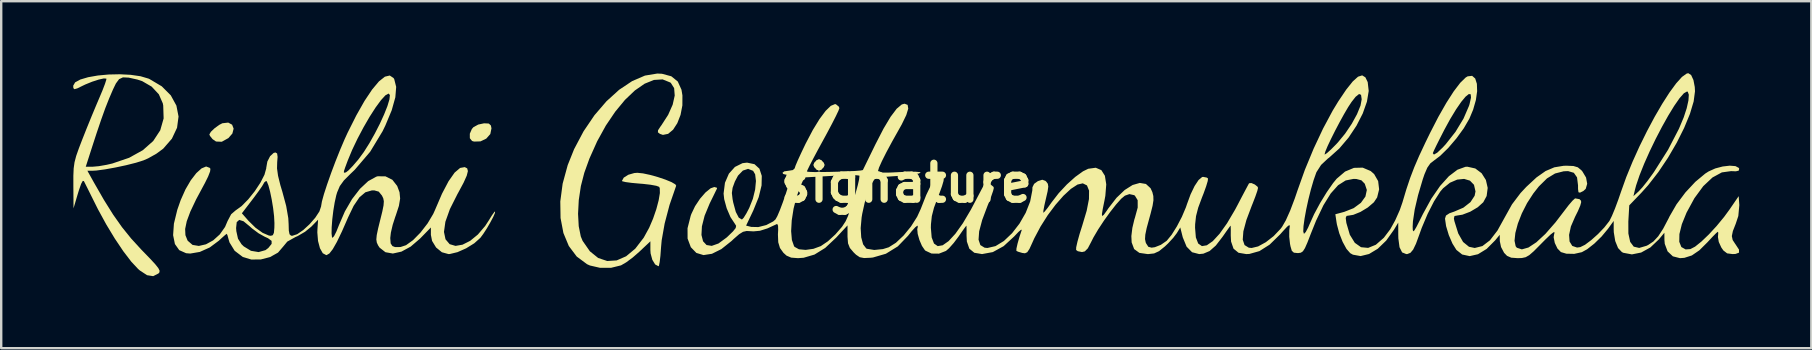
<source format=kicad_pcb>
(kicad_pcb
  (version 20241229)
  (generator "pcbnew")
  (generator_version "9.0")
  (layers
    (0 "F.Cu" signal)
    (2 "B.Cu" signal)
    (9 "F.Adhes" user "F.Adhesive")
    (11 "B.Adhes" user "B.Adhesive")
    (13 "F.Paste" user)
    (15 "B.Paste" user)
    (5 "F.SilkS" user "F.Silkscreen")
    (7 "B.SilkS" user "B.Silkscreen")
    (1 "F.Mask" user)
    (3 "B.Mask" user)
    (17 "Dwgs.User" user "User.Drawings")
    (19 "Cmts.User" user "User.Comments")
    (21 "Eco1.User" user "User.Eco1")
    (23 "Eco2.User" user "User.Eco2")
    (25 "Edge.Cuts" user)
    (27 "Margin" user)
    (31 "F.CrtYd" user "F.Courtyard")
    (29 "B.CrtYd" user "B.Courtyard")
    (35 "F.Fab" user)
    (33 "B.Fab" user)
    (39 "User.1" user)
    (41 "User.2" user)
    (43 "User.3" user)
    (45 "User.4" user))
  (footprint "signature"
    (layer "F.Cu")
    (at 34.713 4.572)
    (property "Reference" "signature" (at 0 0 0) (layer "F.SilkS") (effects (font (size 1.5 1.5) (thickness 0.3))))
    (attr board_only exclude_from_pos_files exclude_from_bom)
    (fp_poly (pts (xy -28.093 -2.427) (xy -28.03 -2.262) (xy -28.082 -2.059) (xy -28.248 -1.869) (xy -28.524 -1.716) (xy -28.763 -1.726) (xy -28.908 -1.826) (xy -29.014 -1.958) (xy -29.041 -2.023) (xy -28.977 -2.132) (xy -28.824 -2.278) (xy -28.638 -2.415) (xy -28.5 -2.487) (xy -28.255 -2.515)) (stroke (width 0) (type solid)) (fill yes) (layer "F.SilkS"))
    (fp_poly (pts (xy -17.399 -2.475) (xy -17.313 -2.396) (xy -17.288 -2.275) (xy -17.336 -2.039) (xy -17.505 -1.847) (xy -17.746 -1.732) (xy -18.013 -1.724) (xy -18.098 -1.749) (xy -18.189 -1.864) (xy -18.19 -2.052) (xy -18.106 -2.247) (xy -18.04 -2.323) (xy -17.839 -2.433) (xy -17.595 -2.485)) (stroke (width 0) (type solid)) (fill yes) (layer "F.SilkS"))
    (fp_poly (pts (xy -10.186 -4.549) (xy -9.796 -4.444) (xy -9.527 -4.226) (xy -9.372 -3.884) (xy -9.333 -3.648) (xy -9.335 -3.231) (xy -9.411 -2.836) (xy -9.546 -2.49) (xy -9.723 -2.217) (xy -9.929 -2.046) (xy -10.146 -2.002) (xy -10.269 -2.044) (xy -10.354 -2.109) (xy -10.349 -2.195) (xy -10.246 -2.353) (xy -10.213 -2.396) (xy -9.927 -2.839) (xy -9.739 -3.262) (xy -9.654 -3.64) (xy -9.678 -3.95) (xy -9.815 -4.167) (xy -9.84 -4.186) (xy -10.158 -4.314) (xy -10.518 -4.292) (xy -10.907 -4.135) (xy -11.314 -3.853) (xy -11.727 -3.46) (xy -12.134 -2.967) (xy -12.525 -2.388) (xy -12.886 -1.733) (xy -13.207 -1.016) (xy -13.421 -0.423) (xy -13.564 0.131) (xy -13.651 0.714) (xy -13.681 1.285) (xy -13.653 1.804) (xy -13.567 2.229) (xy -13.491 2.413) (xy -13.188 2.847) (xy -12.842 3.126) (xy -12.465 3.252) (xy -12.072 3.227) (xy -11.679 3.055) (xy -11.298 2.738) (xy -10.945 2.279) (xy -10.718 1.866) (xy -10.555 1.484) (xy -10.42 1.092) (xy -10.323 0.725) (xy -10.272 0.421) (xy -10.277 0.216) (xy -10.303 0.162) (xy -10.421 0.118) (xy -10.663 0.074) (xy -10.986 0.037) (xy -11.12 0.027) (xy -11.448 -0.003) (xy -11.701 -0.037) (xy -11.839 -0.071) (xy -11.853 -0.084) (xy -11.778 -0.221) (xy -11.588 -0.341) (xy -11.338 -0.413) (xy -11.212 -0.423) (xy -10.976 -0.399) (xy -10.676 -0.335) (xy -10.352 -0.244) (xy -10.043 -0.14) (xy -9.788 -0.035) (xy -9.628 0.058) (xy -9.593 0.115) (xy -9.869 0.915) (xy -10.073 1.688) (xy -10.197 2.388) (xy -10.224 2.688) (xy -10.249 3.029) (xy -10.28 3.294) (xy -10.312 3.448) (xy -10.328 3.471) (xy -10.469 3.395) (xy -10.588 3.199) (xy -10.659 2.934) (xy -10.668 2.796) (xy -10.668 2.431) (xy -11.133 2.87) (xy -11.405 3.107) (xy -11.676 3.308) (xy -11.888 3.431) (xy -11.892 3.433) (xy -12.306 3.535) (xy -12.763 3.536) (xy -13.185 3.439) (xy -13.306 3.385) (xy -13.737 3.065) (xy -14.066 2.627) (xy -14.291 2.086) (xy -14.41 1.461) (xy -14.421 0.77) (xy -14.323 0.029) (xy -14.112 -0.743) (xy -13.846 -1.407) (xy -13.451 -2.153) (xy -12.996 -2.823) (xy -12.496 -3.404) (xy -11.969 -3.882) (xy -11.429 -4.242) (xy -10.894 -4.473) (xy -10.379 -4.558)) (stroke (width 0) (type solid)) (fill yes) (layer "F.SilkS"))
    (fp_poly (pts (xy -32.32 -4.505) (xy -31.91 -4.446) (xy -31.574 -4.347) (xy -31.538 -4.331) (xy -31.024 -4.026) (xy -30.648 -3.65) (xy -30.414 -3.223) (xy -30.325 -2.767) (xy -30.387 -2.3) (xy -30.602 -1.844) (xy -30.964 -1.428) (xy -31.246 -1.22) (xy -31.592 -1.025) (xy -31.785 -0.941) (xy -32.1 -0.842) (xy -32.508 -0.739) (xy -32.955 -0.644) (xy -33.386 -0.566) (xy -33.747 -0.518) (xy -33.921 -0.508) (xy -34.122 -0.508) (xy -33.851 -0.021) (xy -33.431 0.71) (xy -33.049 1.32) (xy -32.68 1.843) (xy -32.3 2.314) (xy -31.884 2.768) (xy -31.835 2.819) (xy -31.511 3.153) (xy -31.293 3.389) (xy -31.166 3.55) (xy -31.114 3.655) (xy -31.123 3.727) (xy -31.161 3.771) (xy -31.381 3.883) (xy -31.636 3.843) (xy -31.936 3.647) (xy -32.007 3.586) (xy -32.294 3.279) (xy -32.625 2.846) (xy -32.981 2.316) (xy -33.34 1.722) (xy -33.684 1.092) (xy -33.788 0.884) (xy -33.967 0.525) (xy -34.116 0.225) (xy -34.222 0.014) (xy -34.268 -0.077) (xy -34.269 -0.078) (xy -34.316 -0.085) (xy -34.382 0.036) (xy -34.474 0.299) (xy -34.541 0.519) (xy -34.7 1.058) (xy -34.707 0.11) (xy -34.707 -0.299) (xy -34.694 -0.605) (xy -34.684 -0.677) (xy -34.19 -0.677) (xy -33.892 -0.677) (xy -33.645 -0.699) (xy -33.32 -0.756) (xy -33.081 -0.811) (xy -32.383 -1.049) (xy -31.813 -1.365) (xy -31.379 -1.749) (xy -31.087 -2.194) (xy -30.946 -2.689) (xy -30.963 -3.226) (xy -30.98 -3.315) (xy -31.146 -3.693) (xy -31.445 -4.013) (xy -31.842 -4.243) (xy -32.045 -4.309) (xy -32.402 -4.388) (xy -32.64 -4.399) (xy -32.804 -4.323) (xy -32.936 -4.142) (xy -33.055 -3.896) (xy -33.217 -3.519) (xy -33.377 -3.114) (xy -33.546 -2.643) (xy -33.739 -2.073) (xy -33.911 -1.545) (xy -34.19 -0.677) (xy -34.684 -0.677) (xy -34.658 -0.863) (xy -34.589 -1.126) (xy -34.475 -1.449) (xy -34.342 -1.795) (xy -34.153 -2.272) (xy -33.943 -2.788) (xy -33.742 -3.269) (xy -33.631 -3.529) (xy -33.492 -3.86) (xy -33.389 -4.129) (xy -33.334 -4.302) (xy -33.331 -4.347) (xy -33.439 -4.354) (xy -33.654 -4.306) (xy -33.924 -4.218) (xy -34.203 -4.105) (xy -34.308 -4.055) (xy -34.541 -3.941) (xy -34.662 -3.906) (xy -34.707 -3.951) (xy -34.713 -4.051) (xy -34.634 -4.19) (xy -34.417 -4.309) (xy -34.092 -4.405) (xy -33.689 -4.476) (xy -33.24 -4.518) (xy -32.773 -4.528)) (stroke (width 0) (type solid)) (fill yes) (layer "F.SilkS"))
    (fp_poly (pts (xy -21.368 -4.371) (xy -21.339 -4.324) (xy -21.258 -4.002) (xy -21.293 -3.568) (xy -21.444 -3.029) (xy -21.709 -2.393) (xy -21.826 -2.152) (xy -22.342 -1.3) (xy -22.981 -0.552) (xy -23.165 -0.376) (xy -23.436 -0.105) (xy -23.607 0.131) (xy -23.718 0.393) (xy -23.754 0.513) (xy -23.82 0.811) (xy -23.877 1.158) (xy -23.92 1.515) (xy -23.945 1.844) (xy -23.95 2.105) (xy -23.932 2.26) (xy -23.909 2.286) (xy -23.844 2.213) (xy -23.747 2.02) (xy -23.642 1.757) (xy -23.395 1.186) (xy -23.097 0.673) (xy -22.766 0.244) (xy -22.424 -0.076) (xy -22.09 -0.26) (xy -22.029 -0.278) (xy -21.706 -0.276) (xy -21.417 -0.132) (xy -21.216 0.125) (xy -21.118 0.388) (xy -21.093 0.649) (xy -21.144 0.954) (xy -21.274 1.353) (xy -21.294 1.405) (xy -21.403 1.743) (xy -21.479 2.069) (xy -21.505 2.294) (xy -21.488 2.518) (xy -21.415 2.629) (xy -21.303 2.672) (xy -21.077 2.669) (xy -20.848 2.593) (xy -20.556 2.383) (xy -20.243 2.064) (xy -19.949 1.684) (xy -19.715 1.291) (xy -19.64 1.125) (xy -19.349 0.448) (xy -19.076 -0.071) (xy -18.824 -0.43) (xy -18.594 -0.626) (xy -18.401 -0.66) (xy -18.3 -0.608) (xy -18.27 -0.496) (xy -18.318 -0.304) (xy -18.449 -0.012) (xy -18.669 0.398) (xy -18.705 0.462) (xy -19.02 1.089) (xy -19.208 1.616) (xy -19.267 2.04) (xy -19.203 2.347) (xy -19.03 2.55) (xy -18.786 2.622) (xy -18.494 2.572) (xy -18.175 2.411) (xy -17.854 2.148) (xy -17.551 1.793) (xy -17.4 1.561) (xy -17.268 1.348) (xy -17.17 1.212) (xy -17.14 1.185) (xy -17.143 1.25) (xy -17.215 1.416) (xy -17.336 1.644) (xy -17.481 1.894) (xy -17.631 2.125) (xy -17.751 2.286) (xy -18.004 2.513) (xy -18.343 2.723) (xy -18.704 2.883) (xy -19.023 2.96) (xy -19.078 2.963) (xy -19.354 2.887) (xy -19.596 2.688) (xy -19.763 2.414) (xy -19.812 2.162) (xy -19.812 1.855) (xy -20.263 2.317) (xy -20.654 2.652) (xy -21.039 2.861) (xy -21.396 2.94) (xy -21.706 2.885) (xy -21.949 2.695) (xy -22.011 2.602) (xy -22.065 2.484) (xy -22.085 2.354) (xy -22.068 2.172) (xy -22.011 1.899) (xy -21.929 1.566) (xy -21.835 1.187) (xy -21.784 0.932) (xy -21.772 0.762) (xy -21.797 0.637) (xy -21.852 0.524) (xy -21.984 0.362) (xy -22.167 0.31) (xy -22.273 0.311) (xy -22.54 0.388) (xy -22.789 0.598) (xy -23.031 0.955) (xy -23.259 1.43) (xy -23.516 2.016) (xy -23.727 2.455) (xy -23.899 2.757) (xy -24.038 2.936) (xy -24.154 3.004) (xy -24.172 3.006) (xy -24.316 2.928) (xy -24.434 2.719) (xy -24.514 2.417) (xy -24.543 2.061) (xy -24.538 1.929) (xy -24.511 1.53) (xy -24.791 1.818) (xy -25.055 2.034) (xy -25.368 2.216) (xy -25.452 2.252) (xy -25.794 2.443) (xy -25.961 2.645) (xy -26.18 2.901) (xy -26.509 3.086) (xy -26.897 3.187) (xy -27.294 3.19) (xy -27.644 3.086) (xy -27.988 2.825) (xy -28.202 2.477) (xy -28.24 2.349) (xy -28.285 2.182) (xy -28.316 2.117) (xy -28.385 2.169) (xy -28.537 2.304) (xy -28.645 2.405) (xy -29.024 2.687) (xy -29.438 2.873) (xy -29.837 2.941) (xy -30.01 2.927) (xy -30.296 2.799) (xy -30.476 2.545) (xy -30.551 2.175) (xy -30.518 1.697) (xy -30.377 1.119) (xy -30.235 0.713) (xy -30.036 0.268) (xy -29.814 -0.112) (xy -29.585 -0.409) (xy -29.367 -0.606) (xy -29.176 -0.686) (xy -29.027 -0.63) (xy -28.997 -0.59) (xy -29.01 -0.48) (xy -29.093 -0.266) (xy -29.229 0.009) (xy -29.26 0.066) (xy -29.594 0.688) (xy -29.833 1.192) (xy -29.983 1.595) (xy -30.05 1.917) (xy -30.038 2.175) (xy -29.953 2.389) (xy -29.939 2.411) (xy -29.741 2.581) (xy -29.479 2.624) (xy -29.183 2.556) (xy -28.882 2.392) (xy -28.607 2.144) (xy -28.418 1.877) (xy -27.927 1.877) (xy -27.917 2.01) (xy -27.848 2.322) (xy -27.702 2.552) (xy -27.608 2.643) (xy -27.307 2.827) (xy -26.989 2.88) (xy -26.701 2.798) (xy -26.585 2.709) (xy -26.447 2.538) (xy -26.448 2.413) (xy -26.6 2.301) (xy -26.733 2.241) (xy -26.991 2.097) (xy -27.266 1.892) (xy -27.363 1.805) (xy -27.617 1.596) (xy -27.797 1.539) (xy -27.901 1.633) (xy -27.927 1.877) (xy -28.418 1.877) (xy -28.386 1.83) (xy -28.282 1.586) (xy -28.133 1.304) (xy -28.087 1.264) (xy -27.686 1.264) (xy -27.411 1.577) (xy -27.118 1.865) (xy -26.821 2.079) (xy -26.56 2.191) (xy -26.48 2.201) (xy -26.397 2.176) (xy -26.352 2.077) (xy -26.333 1.867) (xy -26.33 1.672) (xy -26.345 1.385) (xy -26.385 1.044) (xy -26.443 0.69) (xy -26.511 0.362) (xy -26.581 0.099) (xy -26.645 -0.058) (xy -26.676 -0.085) (xy -26.757 -0.019) (xy -26.779 0.025) (xy -26.847 0.14) (xy -26.993 0.349) (xy -27.188 0.613) (xy -27.254 0.7) (xy -27.686 1.264) (xy -28.087 1.264) (xy -27.954 1.149) (xy -27.698 0.964) (xy -27.419 0.681) (xy -27.148 0.342) (xy -26.914 -0.012) (xy -26.745 -0.343) (xy -26.671 -0.608) (xy -26.67 -0.636) (xy -26.625 -0.891) (xy -26.511 -1.114) (xy -26.363 -1.251) (xy -26.288 -1.27) (xy -26.218 -1.229) (xy -26.198 -1.084) (xy -26.215 -0.868) (xy -26.222 -0.606) (xy -26.18 -0.301) (xy -26.083 0.091) (xy -25.999 0.37) (xy -25.84 0.96) (xy -25.753 1.464) (xy -25.739 1.704) (xy -25.731 1.986) (xy -25.701 2.138) (xy -25.637 2.196) (xy -25.586 2.201) (xy -25.382 2.135) (xy -25.129 1.961) (xy -24.866 1.719) (xy -24.629 1.448) (xy -24.456 1.185) (xy -24.384 0.97) (xy -24.384 0.959) (xy -24.352 0.772) (xy -24.266 0.461) (xy -24.135 0.059) (xy -23.972 -0.403) (xy -23.962 -0.431) (xy -23.436 -0.431) (xy -23.394 -0.429) (xy -23.347 -0.444) (xy -23.245 -0.523) (xy -23.074 -0.7) (xy -22.867 -0.939) (xy -22.833 -0.98) (xy -22.606 -1.289) (xy -22.374 -1.656) (xy -22.148 -2.057) (xy -21.939 -2.465) (xy -21.761 -2.855) (xy -21.623 -3.202) (xy -21.539 -3.48) (xy -21.52 -3.663) (xy -21.573 -3.725) (xy -21.705 -3.652) (xy -21.891 -3.45) (xy -22.116 -3.143) (xy -22.364 -2.757) (xy -22.619 -2.317) (xy -22.867 -1.848) (xy -23.093 -1.375) (xy -23.277 -0.931) (xy -23.382 -0.649) (xy -23.434 -0.493) (xy -23.436 -0.431) (xy -23.962 -0.431) (xy -23.789 -0.891) (xy -23.596 -1.375) (xy -23.406 -1.821) (xy -23.284 -2.087) (xy -22.918 -2.816) (xy -22.575 -3.421) (xy -22.259 -3.894) (xy -21.975 -4.232) (xy -21.728 -4.428) (xy -21.525 -4.476)) (stroke (width 0) (type solid)) (fill yes) (layer "F.SilkS"))
    (fp_poly (pts (xy 32.691 -4.494) (xy 32.786 -4.289) (xy 32.842 -3.997) (xy 32.851 -3.818) (xy 32.795 -3.394) (xy 32.64 -2.876) (xy 32.399 -2.293) (xy 32.09 -1.676) (xy 31.727 -1.053) (xy 31.326 -0.455) (xy 30.903 0.09) (xy 30.626 0.399) (xy 30.113 0.933) (xy 30.074 1.608) (xy 30.076 2.107) (xy 30.151 2.455) (xy 30.3 2.654) (xy 30.526 2.707) (xy 30.831 2.618) (xy 30.9 2.584) (xy 31.118 2.438) (xy 31.319 2.222) (xy 31.524 1.908) (xy 31.756 1.467) (xy 31.793 1.39) (xy 32.082 0.89) (xy 32.452 0.396) (xy 32.864 -0.046) (xy 33.278 -0.39) (xy 33.417 -0.479) (xy 33.696 -0.605) (xy 34.005 -0.686) (xy 34.3 -0.72) (xy 34.539 -0.701) (xy 34.676 -0.627) (xy 34.692 -0.592) (xy 34.674 -0.513) (xy 34.553 -0.485) (xy 34.356 -0.493) (xy 33.97 -0.44) (xy 33.58 -0.228) (xy 33.195 0.134) (xy 32.827 0.635) (xy 32.499 1.237) (xy 32.303 1.72) (xy 32.202 2.13) (xy 32.196 2.451) (xy 32.283 2.669) (xy 32.46 2.769) (xy 32.659 2.755) (xy 32.854 2.654) (xy 33.119 2.441) (xy 33.427 2.146) (xy 33.751 1.795) (xy 34.064 1.415) (xy 34.294 1.101) (xy 34.671 0.55) (xy 34.698 0.922) (xy 34.656 1.377) (xy 34.549 1.699) (xy 34.429 2.005) (xy 34.386 2.213) (xy 34.421 2.378) (xy 34.534 2.55) (xy 34.544 2.563) (xy 34.684 2.777) (xy 34.685 2.903) (xy 34.542 2.957) (xy 34.416 2.963) (xy 34.19 2.933) (xy 34.034 2.813) (xy 33.947 2.688) (xy 33.842 2.457) (xy 33.807 2.248) (xy 33.81 2.223) (xy 33.821 2.075) (xy 33.804 2.032) (xy 33.733 2.09) (xy 33.582 2.243) (xy 33.384 2.456) (xy 33.382 2.459) (xy 33.033 2.806) (xy 32.72 3.02) (xy 32.41 3.119) (xy 32.226 3.133) (xy 31.929 3.057) (xy 31.709 2.849) (xy 31.592 2.537) (xy 31.578 2.38) (xy 31.576 2.074) (xy 31.346 2.351) (xy 30.992 2.687) (xy 30.608 2.899) (xy 30.223 2.976) (xy 29.867 2.91) (xy 29.806 2.88) (xy 29.646 2.711) (xy 29.528 2.419) (xy 29.468 2.052) (xy 29.464 1.922) (xy 29.464 1.583) (xy 29.225 1.913) (xy 28.961 2.23) (xy 28.657 2.527) (xy 28.358 2.762) (xy 28.137 2.884) (xy 27.821 2.954) (xy 27.493 2.947) (xy 27.266 2.88) (xy 27.121 2.731) (xy 27.01 2.499) (xy 26.963 2.263) (xy 26.979 2.157) (xy 27.003 2.058) (xy 26.959 2.053) (xy 26.834 2.15) (xy 26.617 2.358) (xy 26.395 2.582) (xy 26.134 2.845) (xy 25.948 3.007) (xy 25.797 3.093) (xy 25.64 3.127) (xy 25.466 3.133) (xy 25.195 3.113) (xy 25.021 3.037) (xy 24.898 2.91) (xy 24.771 2.669) (xy 24.72 2.423) (xy 24.717 2.159) (xy 24.528 2.389) (xy 24.171 2.748) (xy 23.811 2.969) (xy 23.465 3.048) (xy 23.152 2.981) (xy 22.912 2.79) (xy 22.747 2.526) (xy 22.594 2.17) (xy 22.482 1.799) (xy 22.437 1.489) (xy 22.437 1.485) (xy 22.477 1.358) (xy 22.623 1.262) (xy 22.819 1.194) (xy 23.203 1.029) (xy 23.497 0.799) (xy 23.671 0.534) (xy 23.707 0.353) (xy 23.644 0.077) (xy 23.476 -0.096) (xy 23.233 -0.169) (xy 22.946 -0.14) (xy 22.643 -0.01) (xy 22.356 0.222) (xy 22.239 0.36) (xy 21.979 0.766) (xy 21.714 1.286) (xy 21.468 1.869) (xy 21.367 2.149) (xy 21.228 2.531) (xy 21.11 2.776) (xy 20.997 2.91) (xy 20.869 2.961) (xy 20.821 2.963) (xy 20.65 2.893) (xy 20.542 2.678) (xy 20.493 2.312) (xy 20.489 2.143) (xy 20.489 1.651) (xy 20.311 1.947) (xy 19.988 2.4) (xy 19.635 2.741) (xy 19.272 2.96) (xy 18.921 3.046) (xy 18.6 2.988) (xy 18.488 2.925) (xy 18.332 2.747) (xy 18.172 2.454) (xy 18.032 2.098) (xy 17.934 1.732) (xy 17.919 1.647) (xy 17.868 1.304) (xy 18.237 1.205) (xy 18.632 1.049) (xy 18.932 0.828) (xy 19.121 0.567) (xy 19.18 0.292) (xy 19.094 0.033) (xy 18.954 -0.11) (xy 18.745 -0.165) (xy 18.625 -0.169) (xy 18.297 -0.104) (xy 17.983 0.095) (xy 17.676 0.437) (xy 17.372 0.928) (xy 17.064 1.575) (xy 16.846 2.117) (xy 16.705 2.481) (xy 16.602 2.715) (xy 16.517 2.847) (xy 16.43 2.906) (xy 16.322 2.921) (xy 16.295 2.921) (xy 16.141 2.905) (xy 16.054 2.826) (xy 16 2.641) (xy 15.98 2.54) (xy 15.947 2.243) (xy 15.949 1.968) (xy 15.957 1.905) (xy 15.972 1.787) (xy 15.946 1.755) (xy 15.861 1.821) (xy 15.697 1.997) (xy 15.569 2.141) (xy 15.13 2.57) (xy 14.706 2.839) (xy 14.287 2.957) (xy 14.156 2.963) (xy 13.834 2.908) (xy 13.626 2.737) (xy 13.524 2.44) (xy 13.511 2.192) (xy 13.512 1.954) (xy 13.508 1.804) (xy 13.503 1.778) (xy 13.453 1.842) (xy 13.333 2.009) (xy 13.173 2.238) (xy 12.889 2.607) (xy 12.63 2.836) (xy 12.37 2.946) (xy 12.195 2.963) (xy 11.899 2.886) (xy 11.671 2.654) (xy 11.513 2.27) (xy 11.505 2.241) (xy 11.408 1.854) (xy 11.263 2.091) (xy 11.115 2.286) (xy 10.898 2.52) (xy 10.766 2.646) (xy 10.524 2.841) (xy 10.318 2.936) (xy 10.076 2.963) (xy 10.046 2.963) (xy 9.704 2.913) (xy 9.486 2.754) (xy 9.382 2.476) (xy 9.37 2.213) (xy 9.412 1.87) (xy 9.496 1.517) (xy 9.518 1.45) (xy 9.634 1.026) (xy 9.633 0.718) (xy 9.517 0.529) (xy 9.483 0.508) (xy 9.288 0.464) (xy 9.1 0.53) (xy 8.946 0.658) (xy 8.733 0.897) (xy 8.485 1.213) (xy 8.228 1.57) (xy 7.988 1.935) (xy 7.79 2.271) (xy 7.691 2.467) (xy 7.556 2.724) (xy 7.432 2.85) (xy 7.314 2.879) (xy 7.14 2.844) (xy 7.068 2.792) (xy 7.072 2.681) (xy 7.124 2.447) (xy 7.214 2.123) (xy 7.322 1.782) (xy 7.509 1.156) (xy 7.604 0.67) (xy 7.608 0.32) (xy 7.521 0.103) (xy 7.347 0.016) (xy 7.126 0.067) (xy 6.85 0.247) (xy 6.539 0.535) (xy 6.212 0.908) (xy 5.887 1.342) (xy 5.586 1.817) (xy 5.325 2.308) (xy 5.246 2.484) (xy 5.125 2.748) (xy 5.032 2.887) (xy 4.937 2.93) (xy 4.826 2.916) (xy 4.654 2.865) (xy 4.58 2.83) (xy 4.582 2.735) (xy 4.629 2.526) (xy 4.707 2.251) (xy 4.803 1.96) (xy 4.779 1.945) (xy 4.669 2.038) (xy 4.496 2.22) (xy 4.491 2.226) (xy 4.049 2.633) (xy 3.599 2.88) (xy 3.149 2.963) (xy 2.827 2.908) (xy 2.619 2.737) (xy 2.517 2.44) (xy 2.504 2.192) (xy 2.505 1.954) (xy 2.501 1.804) (xy 2.497 1.778) (xy 2.446 1.842) (xy 2.326 2.009) (xy 2.167 2.238) (xy 1.969 2.501) (xy 1.775 2.719) (xy 1.647 2.831) (xy 1.354 2.945) (xy 1.047 2.941) (xy 0.792 2.822) (xy 0.766 2.798) (xy 0.646 2.622) (xy 0.54 2.375) (xy 0.468 2.12) (xy 0.45 1.92) (xy 0.467 1.861) (xy 0.471 1.787) (xy 0.449 1.783) (xy 0.366 1.848) (xy 0.217 2.012) (xy 0.066 2.201) (xy -0.361 2.643) (xy -0.856 2.949) (xy -1.393 3.105) (xy -1.49 3.116) (xy -1.766 3.128) (xy -1.945 3.094) (xy -2.098 2.991) (xy -2.198 2.895) (xy -2.358 2.707) (xy -2.434 2.515) (xy -2.455 2.242) (xy -2.455 2.203) (xy -2.455 1.768) (xy -2.925 2.275) (xy -3.385 2.707) (xy -3.83 2.983) (xy -4.282 3.116) (xy -4.518 3.133) (xy -4.802 3.111) (xy -4.995 3.028) (xy -5.126 2.909) (xy -5.269 2.71) (xy -5.341 2.472) (xy -5.354 2.145) (xy -5.347 2.005) (xy -4.804 2.005) (xy -4.773 2.374) (xy -4.684 2.63) (xy -4.661 2.662) (xy -4.479 2.763) (xy -4.2 2.789) (xy -3.876 2.744) (xy -3.568 2.631) (xy -3.275 2.432) (xy -2.961 2.144) (xy -2.683 1.825) (xy -2.534 1.597) (xy -2.441 1.39) (xy -2.332 1.098) (xy -2.22 0.76) (xy -2.115 0.413) (xy -2.028 0.097) (xy -1.972 -0.15) (xy -1.958 -0.29) (xy -1.965 -0.307) (xy -2.074 -0.32) (xy -2.317 -0.322) (xy -2.661 -0.314) (xy -3.071 -0.296) (xy -3.146 -0.292) (xy -4.253 -0.231) (xy -4.411 0.125) (xy -4.579 0.582) (xy -4.703 1.072) (xy -4.779 1.559) (xy -4.804 2.005) (xy -5.347 2.005) (xy -5.344 1.96) (xy -5.349 1.78) (xy -5.385 1.708) (xy -5.393 1.71) (xy -5.793 1.894) (xy -6.104 1.992) (xy -6.373 2.017) (xy -6.471 2.011) (xy -6.657 2.001) (xy -6.808 2.035) (xy -6.969 2.135) (xy -7.186 2.323) (xy -7.288 2.419) (xy -7.71 2.755) (xy -8.103 2.951) (xy -8.455 3.005) (xy -8.752 2.915) (xy -8.981 2.679) (xy -8.983 2.677) (xy -9.118 2.317) (xy -9.12 1.886) (xy -8.989 1.37) (xy -8.962 1.294) (xy -8.807 0.969) (xy -8.6 0.658) (xy -8.373 0.397) (xy -8.157 0.222) (xy -8.004 0.169) (xy -7.897 0.199) (xy -7.892 0.233) (xy -7.943 0.335) (xy -8.046 0.547) (xy -8.182 0.823) (xy -8.198 0.856) (xy -8.409 1.366) (xy -8.521 1.807) (xy -8.54 2.166) (xy -8.473 2.43) (xy -8.328 2.586) (xy -8.112 2.621) (xy -7.831 2.522) (xy -7.494 2.275) (xy -7.446 2.231) (xy -7.225 2.017) (xy -7.115 1.88) (xy -7.095 1.786) (xy -7.147 1.701) (xy -7.148 1.7) (xy -7.331 1.423) (xy -7.489 1.055) (xy -7.593 0.675) (xy -7.618 0.442) (xy -7.615 0.418) (xy -7.273 0.418) (xy -7.244 0.673) (xy -7.216 0.817) (xy -7.109 1.208) (xy -6.985 1.446) (xy -6.854 1.524) (xy -6.784 1.454) (xy -6.67 1.271) (xy -6.551 1.044) (xy -6.398 0.66) (xy -6.303 0.271) (xy -6.27 -0.082) (xy -6.303 -0.359) (xy -6.388 -0.505) (xy -6.597 -0.587) (xy -6.814 -0.516) (xy -7.017 -0.306) (xy -7.148 -0.059) (xy -7.243 0.202) (xy -7.273 0.418) (xy -7.615 0.418) (xy -7.561 -0.008) (xy -7.397 -0.387) (xy -7.146 -0.667) (xy -6.83 -0.824) (xy -6.641 -0.847) (xy -6.331 -0.782) (xy -6.125 -0.594) (xy -6.027 -0.295) (xy -6.036 0.104) (xy -6.155 0.591) (xy -6.38 1.146) (xy -6.68 1.777) (xy -6.465 1.831) (xy -6.172 1.838) (xy -5.84 1.754) (xy -5.551 1.603) (xy -5.457 1.52) (xy -5.38 1.384) (xy -5.272 1.131) (xy -5.15 0.807) (xy -5.028 0.456) (xy -4.923 0.126) (xy -4.852 -0.139) (xy -4.829 -0.275) (xy -4.897 -0.327) (xy -4.995 -0.339) (xy -5.133 -0.374) (xy -5.165 -0.423) (xy -5.091 -0.483) (xy -4.914 -0.508) (xy -4.911 -0.508) (xy -4.732 -0.537) (xy -4.657 -0.607) (xy -4.657 -0.608) (xy -4.621 -0.719) (xy -4.524 -0.948) (xy -4.379 -1.263) (xy -4.203 -1.631) (xy -4.19 -1.656) (xy -3.9 -2.208) (xy -3.622 -2.661) (xy -3.369 -3.001) (xy -3.151 -3.213) (xy -2.977 -3.285) (xy -2.936 -3.277) (xy -2.815 -3.178) (xy -2.795 -3.114) (xy -2.834 -3.007) (xy -2.942 -2.779) (xy -3.106 -2.458) (xy -3.312 -2.07) (xy -3.471 -1.778) (xy -3.697 -1.364) (xy -3.891 -1) (xy -4.039 -0.713) (xy -4.128 -0.53) (xy -4.148 -0.477) (xy -4.07 -0.462) (xy -3.86 -0.455) (xy -3.555 -0.455) (xy -3.192 -0.46) (xy -2.809 -0.47) (xy -2.443 -0.484) (xy -2.13 -0.5) (xy -1.909 -0.518) (xy -1.816 -0.537) (xy -1.815 -0.538) (xy -1.778 -0.614) (xy -1.68 -0.815) (xy -1.535 -1.112) (xy -1.356 -1.478) (xy -1.292 -1.609) (xy -0.954 -2.264) (xy -0.66 -2.757) (xy -0.407 -3.092) (xy -0.195 -3.27) (xy -0.079 -3.302) (xy 0.05 -3.252) (xy 0.075 -3.096) (xy -0.007 -2.828) (xy -0.195 -2.44) (xy -0.305 -2.244) (xy -0.594 -1.729) (xy -0.838 -1.276) (xy -1.024 -0.906) (xy -1.143 -0.64) (xy -1.185 -0.498) (xy -1.136 -0.453) (xy -0.976 -0.431) (xy -0.686 -0.433) (xy -0.296 -0.452) (xy 0.085 -0.469) (xy 0.379 -0.468) (xy 0.555 -0.451) (xy 0.593 -0.43) (xy 0.514 -0.393) (xy 0.303 -0.354) (xy -0.005 -0.318) (xy -0.233 -0.3) (xy -0.606 -0.275) (xy -0.929 -0.252) (xy -1.154 -0.234) (xy -1.22 -0.229) (xy -1.344 -0.138) (xy -1.481 0.09) (xy -1.617 0.423) (xy -1.742 0.831) (xy -1.842 1.284) (xy -1.867 1.433) (xy -1.907 1.88) (xy -1.884 2.265) (xy -1.805 2.558) (xy -1.676 2.727) (xy -1.643 2.743) (xy -1.34 2.792) (xy -0.98 2.755) (xy -0.737 2.68) (xy -0.439 2.492) (xy -0.118 2.189) (xy 0.189 1.813) (xy 0.446 1.408) (xy 0.594 1.087) (xy 0.821 0.509) (xy 1.019 0.095) (xy 1.19 -0.158) (xy 1.337 -0.253) (xy 1.351 -0.254) (xy 1.507 -0.223) (xy 1.556 -0.186) (xy 1.545 -0.082) (xy 1.48 0.139) (xy 1.372 0.437) (xy 1.309 0.598) (xy 1.148 1.029) (xy 1.057 1.381) (xy 1.021 1.721) (xy 1.017 1.867) (xy 1.051 2.27) (xy 1.148 2.524) (xy 1.303 2.631) (xy 1.508 2.597) (xy 1.755 2.424) (xy 2.038 2.117) (xy 2.35 1.679) (xy 2.684 1.114) (xy 2.786 0.921) (xy 2.968 0.574) (xy 3.119 0.287) (xy 3.224 0.09) (xy 3.267 0.013) (xy 3.363 0.003) (xy 3.508 0.065) (xy 3.621 0.157) (xy 3.641 0.206) (xy 3.61 0.332) (xy 3.528 0.568) (xy 3.412 0.868) (xy 3.382 0.941) (xy 3.155 1.544) (xy 3.029 2.016) (xy 3.004 2.363) (xy 3.079 2.588) (xy 3.255 2.697) (xy 3.375 2.709) (xy 3.711 2.631) (xy 4.06 2.417) (xy 4.4 2.094) (xy 4.71 1.693) (xy 4.969 1.243) (xy 5.154 0.772) (xy 5.244 0.311) (xy 5.249 0.179) (xy 5.319 0.037) (xy 5.475 -0.076) (xy 5.659 -0.134) (xy 5.786 -0.089) (xy 5.827 -0.052) (xy 5.89 0.034) (xy 5.909 0.151) (xy 5.882 0.344) (xy 5.813 0.644) (xy 5.747 0.931) (xy 5.707 1.145) (xy 5.7 1.241) (xy 5.701 1.242) (xy 5.759 1.192) (xy 5.884 1.036) (xy 6.049 0.806) (xy 6.052 0.802) (xy 6.344 0.425) (xy 6.683 0.062) (xy 7.033 -0.252) (xy 7.356 -0.485) (xy 7.573 -0.591) (xy 7.887 -0.634) (xy 8.12 -0.534) (xy 8.267 -0.301) (xy 8.324 0.059) (xy 8.286 0.536) (xy 8.252 0.72) (xy 8.177 1.09) (xy 8.143 1.306) (xy 8.157 1.38) (xy 8.225 1.323) (xy 8.351 1.148) (xy 8.415 1.053) (xy 8.752 0.618) (xy 9.093 0.293) (xy 9.422 0.085) (xy 9.722 -0.001) (xy 9.977 0.042) (xy 10.17 0.219) (xy 10.245 0.382) (xy 10.285 0.545) (xy 10.29 0.72) (xy 10.254 0.95) (xy 10.172 1.278) (xy 10.114 1.488) (xy 10.007 1.882) (xy 9.951 2.153) (xy 9.939 2.338) (xy 9.967 2.476) (xy 9.982 2.513) (xy 10.077 2.66) (xy 10.213 2.696) (xy 10.35 2.676) (xy 10.599 2.578) (xy 10.836 2.414) (xy 10.849 2.402) (xy 11.047 2.16) (xy 11.266 1.811) (xy 11.474 1.412) (xy 11.642 1.016) (xy 11.685 0.889) (xy 11.837 0.475) (xy 12.004 0.128) (xy 12.17 -0.122) (xy 12.317 -0.246) (xy 12.358 -0.254) (xy 12.514 -0.223) (xy 12.563 -0.186) (xy 12.552 -0.082) (xy 12.486 0.139) (xy 12.379 0.437) (xy 12.315 0.598) (xy 12.155 1.029) (xy 12.064 1.381) (xy 12.027 1.721) (xy 12.024 1.867) (xy 12.057 2.27) (xy 12.155 2.524) (xy 12.31 2.631) (xy 12.514 2.597) (xy 12.762 2.424) (xy 13.045 2.117) (xy 13.357 1.679) (xy 13.69 1.114) (xy 13.793 0.921) (xy 13.974 0.574) (xy 14.126 0.287) (xy 14.231 0.09) (xy 14.273 0.013) (xy 14.37 0.003) (xy 14.514 0.065) (xy 14.627 0.157) (xy 14.647 0.206) (xy 14.617 0.332) (xy 14.535 0.568) (xy 14.419 0.868) (xy 14.389 0.941) (xy 14.162 1.544) (xy 14.036 2.016) (xy 14.01 2.363) (xy 14.086 2.588) (xy 14.262 2.697) (xy 14.382 2.709) (xy 14.651 2.644) (xy 14.971 2.469) (xy 15.297 2.215) (xy 15.584 1.913) (xy 15.649 1.827) (xy 15.806 1.555) (xy 15.987 1.15) (xy 16.179 0.643) (xy 16.291 0.314) (xy 16.599 -0.549) (xy 16.867 -1.196) (xy 17.421 -1.196) (xy 17.429 -1.185) (xy 17.519 -1.244) (xy 17.69 -1.398) (xy 17.909 -1.619) (xy 17.973 -1.688) (xy 18.277 -2.057) (xy 18.55 -2.462) (xy 18.771 -2.865) (xy 18.917 -3.223) (xy 18.965 -3.485) (xy 18.939 -3.671) (xy 18.857 -3.706) (xy 18.713 -3.59) (xy 18.545 -3.377) (xy 18.404 -3.163) (xy 18.232 -2.87) (xy 18.045 -2.531) (xy 17.858 -2.176) (xy 17.687 -1.834) (xy 17.546 -1.537) (xy 17.453 -1.314) (xy 17.421 -1.196) (xy 16.867 -1.196) (xy 16.962 -1.426) (xy 17.356 -2.265) (xy 17.759 -3.017) (xy 17.99 -3.397) (xy 18.322 -3.89) (xy 18.595 -4.231) (xy 18.813 -4.427) (xy 18.986 -4.482) (xy 19.12 -4.4) (xy 19.216 -4.202) (xy 19.258 -3.833) (xy 19.184 -3.387) (xy 19.01 -2.895) (xy 18.749 -2.386) (xy 18.419 -1.89) (xy 18.034 -1.437) (xy 17.61 -1.056) (xy 17.556 -1.016) (xy 17.274 -0.751) (xy 17.082 -0.451) (xy 17.073 -0.43) (xy 16.961 -0.112) (xy 16.85 0.27) (xy 16.746 0.683) (xy 16.656 1.096) (xy 16.586 1.478) (xy 16.542 1.796) (xy 16.531 2.019) (xy 16.558 2.115) (xy 16.566 2.116) (xy 16.635 2.044) (xy 16.733 1.86) (xy 16.796 1.714) (xy 16.984 1.3) (xy 17.232 0.84) (xy 17.507 0.39) (xy 17.774 0.006) (xy 17.923 -0.176) (xy 18.274 -0.475) (xy 18.644 -0.629) (xy 19.007 -0.638) (xy 19.339 -0.497) (xy 19.484 -0.37) (xy 19.651 -0.078) (xy 19.692 0.266) (xy 19.609 0.603) (xy 19.473 0.806) (xy 19.219 1.023) (xy 18.912 1.208) (xy 18.615 1.328) (xy 18.451 1.355) (xy 18.335 1.373) (xy 18.3 1.458) (xy 18.326 1.658) (xy 18.328 1.668) (xy 18.471 2.157) (xy 18.679 2.494) (xy 18.938 2.677) (xy 19.235 2.705) (xy 19.556 2.574) (xy 19.888 2.284) (xy 20.156 1.929) (xy 20.361 1.559) (xy 20.552 1.13) (xy 20.663 0.811) (xy 20.825 0.269) (xy 20.984 -0.206) (xy 21.157 -0.658) (xy 21.363 -1.137) (xy 21.411 -1.238) (xy 21.929 -1.238) (xy 21.976 -1.182) (xy 22.114 -1.262) (xy 22.339 -1.475) (xy 22.468 -1.615) (xy 22.873 -2.129) (xy 23.207 -2.68) (xy 23.436 -3.21) (xy 23.458 -3.281) (xy 23.52 -3.556) (xy 23.507 -3.694) (xy 23.429 -3.704) (xy 23.294 -3.596) (xy 23.114 -3.38) (xy 22.897 -3.065) (xy 22.652 -2.661) (xy 22.408 -2.214) (xy 22.224 -1.855) (xy 22.073 -1.553) (xy 21.969 -1.337) (xy 21.929 -1.239) (xy 21.929 -1.238) (xy 21.411 -1.238) (xy 21.622 -1.688) (xy 21.81 -2.074) (xy 22.159 -2.752) (xy 22.493 -3.338) (xy 22.8 -3.816) (xy 23.072 -4.173) (xy 23.297 -4.392) (xy 23.378 -4.441) (xy 23.566 -4.463) (xy 23.695 -4.351) (xy 23.765 -4.129) (xy 23.775 -3.822) (xy 23.723 -3.454) (xy 23.608 -3.051) (xy 23.451 -2.677) (xy 23.218 -2.277) (xy 22.911 -1.855) (xy 22.57 -1.456) (xy 22.233 -1.127) (xy 21.987 -0.941) (xy 21.825 -0.815) (xy 21.7 -0.637) (xy 21.582 -0.364) (xy 21.51 -0.152) (xy 21.314 0.509) (xy 21.175 1.103) (xy 21.101 1.596) (xy 21.089 1.82) (xy 21.094 1.958) (xy 21.113 2.016) (xy 21.16 1.978) (xy 21.248 1.829) (xy 21.388 1.553) (xy 21.518 1.291) (xy 21.868 0.653) (xy 22.232 0.125) (xy 22.598 -0.281) (xy 22.954 -0.551) (xy 23.287 -0.672) (xy 23.368 -0.677) (xy 23.699 -0.603) (xy 23.962 -0.405) (xy 24.14 -0.123) (xy 24.215 0.206) (xy 24.171 0.544) (xy 24.031 0.804) (xy 23.801 1.012) (xy 23.487 1.198) (xy 23.161 1.322) (xy 22.964 1.353) (xy 22.832 1.377) (xy 22.807 1.48) (xy 22.827 1.587) (xy 22.988 2.104) (xy 23.19 2.459) (xy 23.436 2.659) (xy 23.675 2.709) (xy 23.994 2.63) (xy 24.309 2.389) (xy 24.621 1.984) (xy 24.919 1.446) (xy 25.227 0.892) (xy 25.585 0.419) (xy 25.823 0.164) (xy 26.249 -0.231) (xy 26.628 -0.497) (xy 26.993 -0.652) (xy 27.38 -0.715) (xy 27.503 -0.718) (xy 27.787 -0.706) (xy 27.969 -0.652) (xy 28.115 -0.532) (xy 28.159 -0.482) (xy 28.313 -0.225) (xy 28.36 0.034) (xy 28.299 0.246) (xy 28.2 0.336) (xy 28.06 0.404) (xy 27.997 0.387) (xy 27.979 0.254) (xy 27.978 0.095) (xy 27.937 -0.232) (xy 27.804 -0.423) (xy 27.563 -0.494) (xy 27.38 -0.486) (xy 27.021 -0.394) (xy 26.686 -0.19) (xy 26.347 0.144) (xy 26.116 0.438) (xy 25.855 0.84) (xy 25.637 1.269) (xy 25.471 1.694) (xy 25.367 2.084) (xy 25.333 2.408) (xy 25.38 2.636) (xy 25.43 2.699) (xy 25.638 2.767) (xy 25.912 2.69) (xy 26.242 2.472) (xy 26.62 2.121) (xy 27.039 1.642) (xy 27.389 1.185) (xy 27.584 0.93) (xy 27.747 0.74) (xy 27.85 0.647) (xy 27.864 0.643) (xy 28.041 0.676) (xy 28.103 0.741) (xy 28.109 0.806) (xy 28.071 0.945) (xy 27.972 1.177) (xy 27.855 1.411) (xy 27.681 1.813) (xy 27.606 2.163) (xy 27.626 2.44) (xy 27.738 2.623) (xy 27.937 2.691) (xy 28.073 2.673) (xy 28.27 2.575) (xy 28.53 2.38) (xy 28.812 2.128) (xy 29.073 1.855) (xy 29.274 1.599) (xy 29.296 1.565) (xy 29.391 1.372) (xy 29.519 1.064) (xy 29.659 0.687) (xy 29.706 0.55) (xy 30.287 0.55) (xy 30.509 0.346) (xy 30.662 0.18) (xy 30.869 -0.079) (xy 31.09 -0.382) (xy 31.143 -0.458) (xy 31.728 -1.382) (xy 32.181 -2.255) (xy 32.382 -2.734) (xy 32.506 -3.113) (xy 32.578 -3.437) (xy 32.594 -3.676) (xy 32.55 -3.799) (xy 32.518 -3.81) (xy 32.388 -3.736) (xy 32.206 -3.528) (xy 31.985 -3.21) (xy 31.738 -2.807) (xy 31.477 -2.341) (xy 31.214 -1.836) (xy 30.963 -1.316) (xy 30.735 -0.804) (xy 30.543 -0.324) (xy 30.399 0.1) (xy 30.347 0.296) (xy 30.287 0.55) (xy 29.706 0.55) (xy 29.768 0.37) (xy 29.988 -0.245) (xy 30.25 -0.884) (xy 30.541 -1.528) (xy 30.852 -2.158) (xy 31.17 -2.754) (xy 31.486 -3.297) (xy 31.788 -3.768) (xy 32.066 -4.148) (xy 32.308 -4.417) (xy 32.504 -4.557) (xy 32.573 -4.572)) (stroke (width 0) (type solid)) (fill yes) (layer "F.SilkS")))
  (gr_rect
    (start -3 -3)
    (end 72.411 11.455)
    (stroke (width 0.1) (type default))
    (fill no)
    (layer "Edge.Cuts")))
</source>
